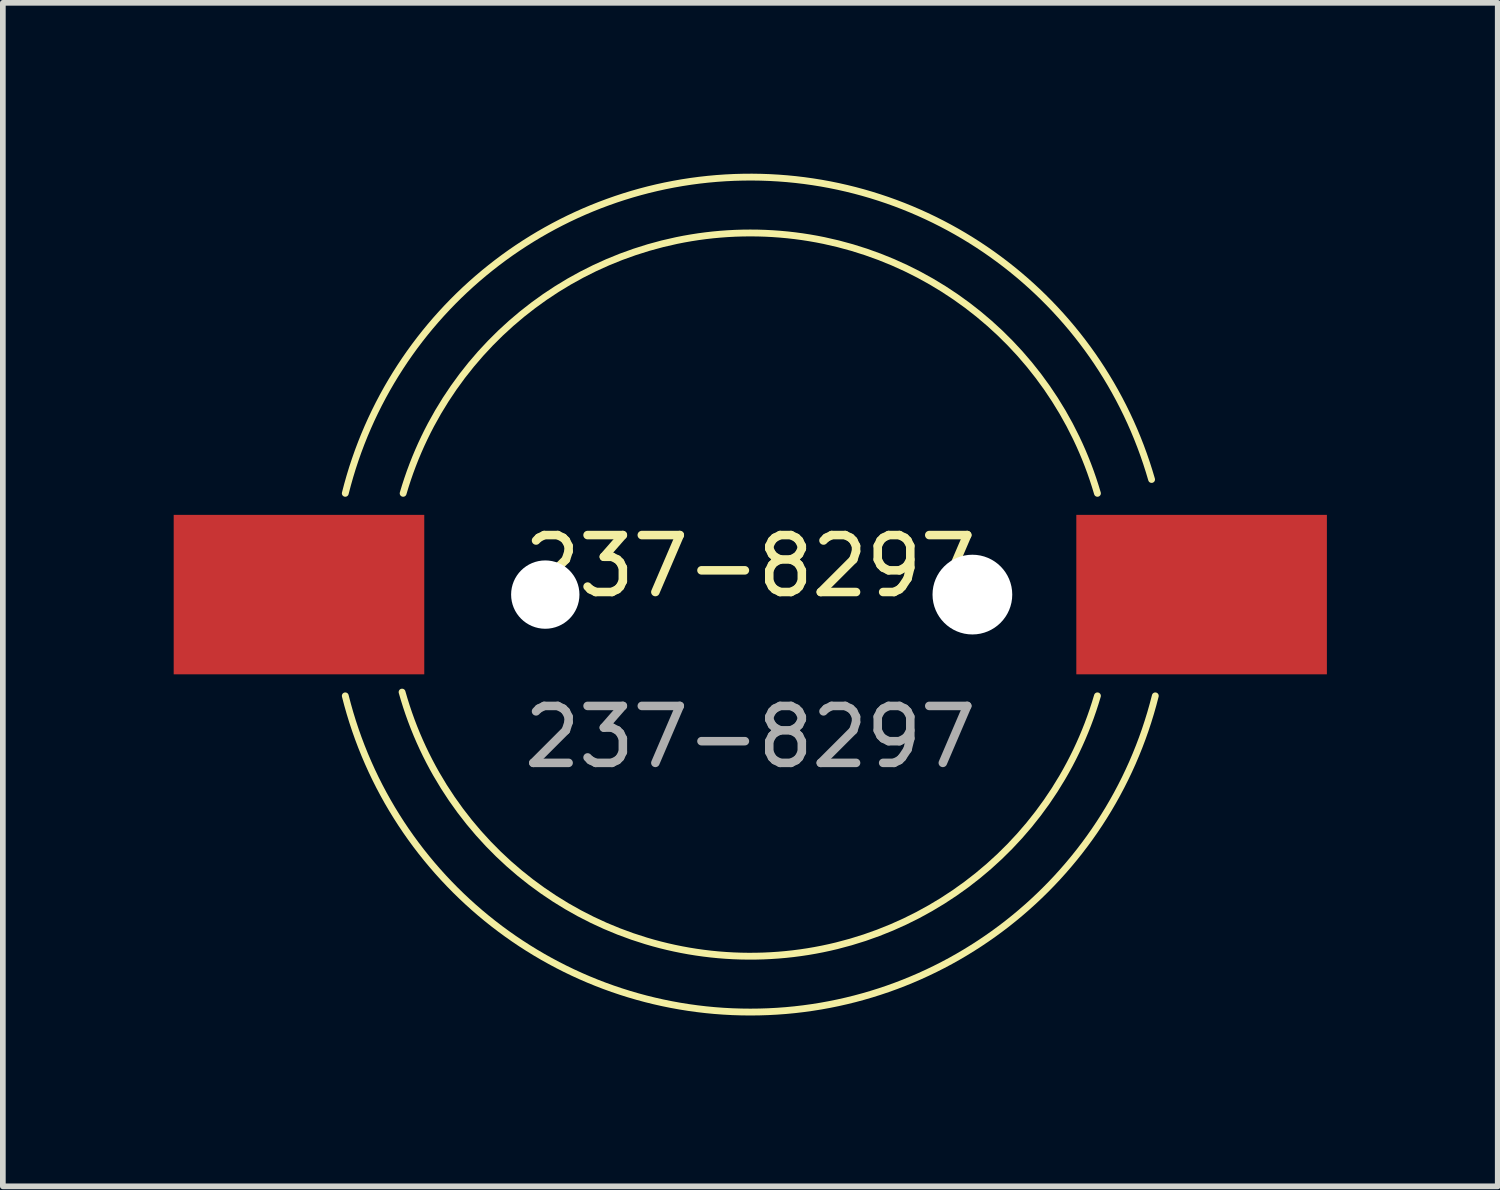
<source format=kicad_pcb>
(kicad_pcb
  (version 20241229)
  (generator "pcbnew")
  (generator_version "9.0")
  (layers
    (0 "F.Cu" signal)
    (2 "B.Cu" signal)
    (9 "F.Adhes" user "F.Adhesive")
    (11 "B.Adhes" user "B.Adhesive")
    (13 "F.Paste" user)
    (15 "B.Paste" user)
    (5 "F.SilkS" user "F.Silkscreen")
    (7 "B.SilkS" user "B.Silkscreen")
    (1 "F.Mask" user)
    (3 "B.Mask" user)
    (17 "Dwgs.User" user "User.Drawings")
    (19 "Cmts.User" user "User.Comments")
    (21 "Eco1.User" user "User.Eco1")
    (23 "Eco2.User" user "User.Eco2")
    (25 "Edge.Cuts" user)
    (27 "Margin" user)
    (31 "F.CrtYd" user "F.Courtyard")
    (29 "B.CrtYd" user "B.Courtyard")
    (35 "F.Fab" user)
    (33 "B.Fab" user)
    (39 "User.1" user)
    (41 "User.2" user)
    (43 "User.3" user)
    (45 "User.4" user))
  (footprint "237-8297"
    (layer "F.Cu")
    (at 10.125 7.391)
    (property "Reference" "237-8297" (at 0 -0.5 0) (unlocked yes) (layer "F.SilkS") (effects (font (size 1 1) (thickness 0.15))))
    (attr smd)
    (fp_arc (start -7.111999 -1.778) (mid -0.125881 -7.3298) (end 7.046753 -2.021161) (stroke (width 0.12) (type solid)) (layer "F.SilkS"))
    (fp_arc (start -6.096 -1.778) (mid 0 -6.35) (end 6.096 -1.778) (stroke (width 0.12) (type solid)) (layer "F.SilkS"))
    (fp_arc (start 6.096 1.778) (mid -0.034244 6.349908) (end -6.114822 1.71215) (stroke (width 0.12) (type solid)) (layer "F.SilkS"))
    (fp_arc (start 7.111999 1.778) (mid 0 7.330881) (end -7.111999 1.778) (stroke (width 0.12) (type solid)) (layer "F.SilkS"))
    (fp_text user "${REFERENCE}" (at 0 2.5 0) (unlocked yes) (layer "F.Fab") (effects (font (size 1 1) (thickness 0.15))))
    (pad "" np_thru_hole circle (at -3.6 0) (size 1.2 1.2) (drill 1.2) (layers "*.Cu" "B.Mask"))
    (pad "" np_thru_hole circle (at 3.9 0) (size 1.4 1.4) (drill 1.4) (layers "*.Cu" "B.Mask"))
    (pad "1" smd rect (at -7.925 0) (size 4.4 2.8) (layers "F.Cu" "F.Mask" "F.Paste"))
    (pad "2" smd rect (at 7.925 0) (size 4.4 2.8) (layers "F.Cu" "F.Mask" "F.Paste")))
  (gr_rect
    (start -3 -3)
    (end 23.25 17.782)
    (stroke (width 0.1) (type default))
    (fill no)
    (layer "Edge.Cuts")))
</source>
